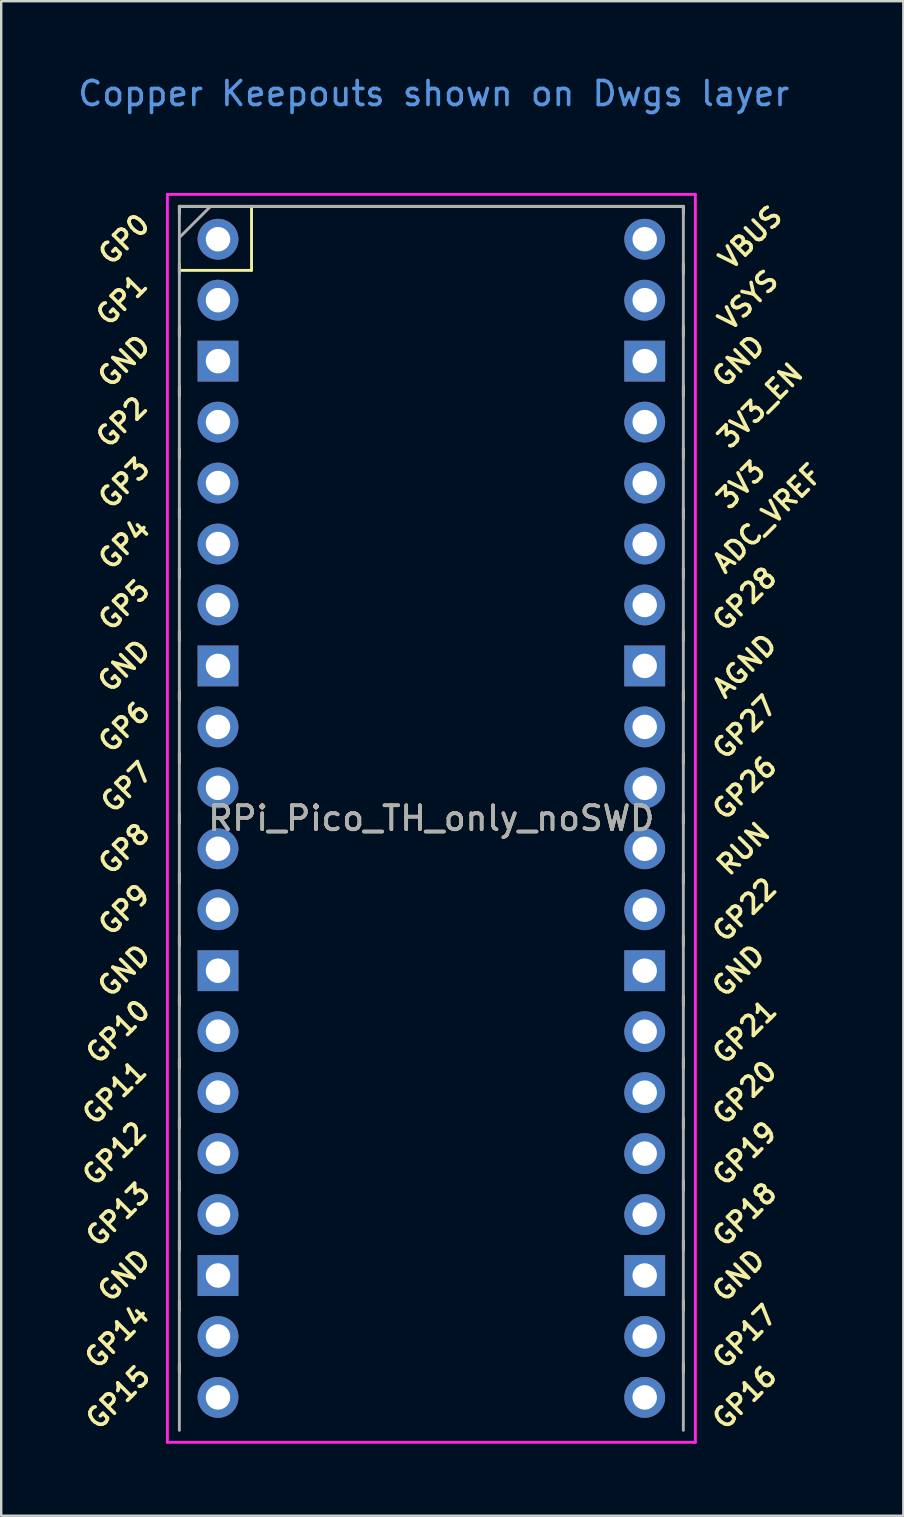
<source format=kicad_pcb>
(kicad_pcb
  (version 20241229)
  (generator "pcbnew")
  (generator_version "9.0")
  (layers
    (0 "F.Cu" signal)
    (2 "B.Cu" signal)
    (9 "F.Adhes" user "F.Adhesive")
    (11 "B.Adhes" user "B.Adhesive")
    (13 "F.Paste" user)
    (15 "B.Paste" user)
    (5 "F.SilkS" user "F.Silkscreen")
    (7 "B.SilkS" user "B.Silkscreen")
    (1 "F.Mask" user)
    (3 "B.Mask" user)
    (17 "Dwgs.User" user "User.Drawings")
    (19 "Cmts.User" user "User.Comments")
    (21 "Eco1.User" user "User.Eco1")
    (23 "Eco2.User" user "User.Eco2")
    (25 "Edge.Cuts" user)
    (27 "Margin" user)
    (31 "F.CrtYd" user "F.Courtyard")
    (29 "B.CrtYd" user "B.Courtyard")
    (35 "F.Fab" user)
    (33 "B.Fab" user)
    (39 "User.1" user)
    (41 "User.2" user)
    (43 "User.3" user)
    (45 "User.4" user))
  (footprint "RPi_Pico_TH_only_noSWD"
    (layer "F.Cu")
    (at 14.924 31.048)
    (property "Reference" "RPi_Pico_TH_only_noSWD" (at 0 0 0) (layer "F.SilkS") (effects (font (size 1 1) (thickness 0.15))))
    (attr through_hole)
    (fp_line (start -10.5 -25.5) (end -10.5 -25.2) (stroke (width 0.12) (type solid)) (layer "F.SilkS"))
    (fp_line (start -10.5 -25.5) (end 10.5 -25.5) (stroke (width 0.12) (type solid)) (layer "F.SilkS"))
    (fp_line (start -10.5 -23.1) (end -10.5 -22.7) (stroke (width 0.12) (type solid)) (layer "F.SilkS"))
    (fp_line (start -10.5 -22.833) (end -7.493 -22.833) (stroke (width 0.12) (type solid)) (layer "F.SilkS"))
    (fp_line (start -10.5 -20.5) (end -10.5 -20.1) (stroke (width 0.12) (type solid)) (layer "F.SilkS"))
    (fp_line (start -10.5 -18) (end -10.5 -17.6) (stroke (width 0.12) (type solid)) (layer "F.SilkS"))
    (fp_line (start -10.5 -15.4) (end -10.5 -15) (stroke (width 0.12) (type solid)) (layer "F.SilkS"))
    (fp_line (start -10.5 -12.9) (end -10.5 -12.5) (stroke (width 0.12) (type solid)) (layer "F.SilkS"))
    (fp_line (start -10.5 -10.4) (end -10.5 -10) (stroke (width 0.12) (type solid)) (layer "F.SilkS"))
    (fp_line (start -10.5 -7.8) (end -10.5 -7.4) (stroke (width 0.12) (type solid)) (layer "F.SilkS"))
    (fp_line (start -10.5 -5.3) (end -10.5 -4.9) (stroke (width 0.12) (type solid)) (layer "F.SilkS"))
    (fp_line (start -10.5 -2.7) (end -10.5 -2.3) (stroke (width 0.12) (type solid)) (layer "F.SilkS"))
    (fp_line (start -10.5 -0.2) (end -10.5 0.2) (stroke (width 0.12) (type solid)) (layer "F.SilkS"))
    (fp_line (start -10.5 2.3) (end -10.5 2.7) (stroke (width 0.12) (type solid)) (layer "F.SilkS"))
    (fp_line (start -10.5 4.9) (end -10.5 5.3) (stroke (width 0.12) (type solid)) (layer "F.SilkS"))
    (fp_line (start -10.5 7.4) (end -10.5 7.8) (stroke (width 0.12) (type solid)) (layer "F.SilkS"))
    (fp_line (start -10.5 10) (end -10.5 10.4) (stroke (width 0.12) (type solid)) (layer "F.SilkS"))
    (fp_line (start -10.5 12.5) (end -10.5 12.9) (stroke (width 0.12) (type solid)) (layer "F.SilkS"))
    (fp_line (start -10.5 15.1) (end -10.5 15.5) (stroke (width 0.12) (type solid)) (layer "F.SilkS"))
    (fp_line (start -10.5 17.6) (end -10.5 18) (stroke (width 0.12) (type solid)) (layer "F.SilkS"))
    (fp_line (start -10.5 20.1) (end -10.5 20.5) (stroke (width 0.12) (type solid)) (layer "F.SilkS"))
    (fp_line (start -10.5 22.7) (end -10.5 23.1) (stroke (width 0.12) (type solid)) (layer "F.SilkS"))
    (fp_line (start -7.493 -22.833) (end -7.493 -25.5) (stroke (width 0.12) (type solid)) (layer "F.SilkS"))
    (fp_line (start 10.5 -25.5) (end 10.5 -25.2) (stroke (width 0.12) (type solid)) (layer "F.SilkS"))
    (fp_line (start 10.5 -23.1) (end 10.5 -22.7) (stroke (width 0.12) (type solid)) (layer "F.SilkS"))
    (fp_line (start 10.5 -20.5) (end 10.5 -20.1) (stroke (width 0.12) (type solid)) (layer "F.SilkS"))
    (fp_line (start 10.5 -18) (end 10.5 -17.6) (stroke (width 0.12) (type solid)) (layer "F.SilkS"))
    (fp_line (start 10.5 -15.4) (end 10.5 -15) (stroke (width 0.12) (type solid)) (layer "F.SilkS"))
    (fp_line (start 10.5 -12.9) (end 10.5 -12.5) (stroke (width 0.12) (type solid)) (layer "F.SilkS"))
    (fp_line (start 10.5 -10.4) (end 10.5 -10) (stroke (width 0.12) (type solid)) (layer "F.SilkS"))
    (fp_line (start 10.5 -7.8) (end 10.5 -7.4) (stroke (width 0.12) (type solid)) (layer "F.SilkS"))
    (fp_line (start 10.5 -5.3) (end 10.5 -4.9) (stroke (width 0.12) (type solid)) (layer "F.SilkS"))
    (fp_line (start 10.5 -2.7) (end 10.5 -2.3) (stroke (width 0.12) (type solid)) (layer "F.SilkS"))
    (fp_line (start 10.5 -0.2) (end 10.5 0.2) (stroke (width 0.12) (type solid)) (layer "F.SilkS"))
    (fp_line (start 10.5 2.3) (end 10.5 2.7) (stroke (width 0.12) (type solid)) (layer "F.SilkS"))
    (fp_line (start 10.5 4.9) (end 10.5 5.3) (stroke (width 0.12) (type solid)) (layer "F.SilkS"))
    (fp_line (start 10.5 7.4) (end 10.5 7.8) (stroke (width 0.12) (type solid)) (layer "F.SilkS"))
    (fp_line (start 10.5 10) (end 10.5 10.4) (stroke (width 0.12) (type solid)) (layer "F.SilkS"))
    (fp_line (start 10.5 12.5) (end 10.5 12.9) (stroke (width 0.12) (type solid)) (layer "F.SilkS"))
    (fp_line (start 10.5 15.1) (end 10.5 15.5) (stroke (width 0.12) (type solid)) (layer "F.SilkS"))
    (fp_line (start 10.5 17.6) (end 10.5 18) (stroke (width 0.12) (type solid)) (layer "F.SilkS"))
    (fp_line (start 10.5 20.1) (end 10.5 20.5) (stroke (width 0.12) (type solid)) (layer "F.SilkS"))
    (fp_line (start 10.5 22.7) (end 10.5 23.1) (stroke (width 0.12) (type solid)) (layer "F.SilkS"))
    (fp_line (start -11 -26) (end 11 -26) (stroke (width 0.12) (type solid)) (layer "F.CrtYd"))
    (fp_line (start -11 26) (end -11 -26) (stroke (width 0.12) (type solid)) (layer "F.CrtYd"))
    (fp_line (start 11 -26) (end 11 26) (stroke (width 0.12) (type solid)) (layer "F.CrtYd"))
    (fp_line (start 11 26) (end -11 26) (stroke (width 0.12) (type solid)) (layer "F.CrtYd"))
    (fp_line (start -10.5 -25.5) (end 10.5 -25.5) (stroke (width 0.12) (type solid)) (layer "F.Fab"))
    (fp_line (start -10.5 -24.2) (end -9.2 -25.5) (stroke (width 0.12) (type solid)) (layer "F.Fab"))
    (fp_line (start -10.5 25.5) (end -10.5 -25.5) (stroke (width 0.12) (type solid)) (layer "F.Fab"))
    (fp_line (start 10.5 -25.5) (end 10.5 25.5) (stroke (width 0.12) (type solid)) (layer "F.Fab"))
    (fp_text user "VBUS" (at 13.3 -24.2 45) (layer "F.SilkS") (effects (font (size 0.8 0.8) (thickness 0.15))))
    (fp_text user "GND" (at 12.8 -19.05 45) (layer "F.SilkS") (effects (font (size 0.8 0.8) (thickness 0.15))))
    (fp_text user "GP13" (at -13.054 16.51 45) (layer "F.SilkS") (effects (font (size 0.8 0.8) (thickness 0.15))))
    (fp_text user "GP20" (at 13.054 11.43 45) (layer "F.SilkS") (effects (font (size 0.8 0.8) (thickness 0.15))))
    (fp_text user "GP28" (at 13.054 -9.144 45) (layer "F.SilkS") (effects (font (size 0.8 0.8) (thickness 0.15))))
    (fp_text user "GND" (at -12.8 -19.05 45) (layer "F.SilkS") (effects (font (size 0.8 0.8) (thickness 0.15))))
    (fp_text user "GP3" (at -12.8 -13.97 45) (layer "F.SilkS") (effects (font (size 0.8 0.8) (thickness 0.15))))
    (fp_text user "GP12" (at -13.2 13.97 45) (layer "F.SilkS") (effects (font (size 0.8 0.8) (thickness 0.15))))
    (fp_text user "GP17" (at 13.054 21.59 45) (layer "F.SilkS") (effects (font (size 0.8 0.8) (thickness 0.15))))
    (fp_text user "GP11" (at -13.2 11.43 45) (layer "F.SilkS") (effects (font (size 0.8 0.8) (thickness 0.15))))
    (fp_text user "GP27" (at 13.054 -3.8 45) (layer "F.SilkS") (effects (font (size 0.8 0.8) (thickness 0.15))))
    (fp_text user "GP18" (at 13.054 16.51 45) (layer "F.SilkS") (effects (font (size 0.8 0.8) (thickness 0.15))))
    (fp_text user "RUN" (at 13 1.27 45) (layer "F.SilkS") (effects (font (size 0.8 0.8) (thickness 0.15))))
    (fp_text user "GP2" (at -12.9 -16.51 45) (layer "F.SilkS") (effects (font (size 0.8 0.8) (thickness 0.15))))
    (fp_text user "GP14" (at -13.1 21.59 45) (layer "F.SilkS") (effects (font (size 0.8 0.8) (thickness 0.15))))
    (fp_text user "3V3_EN" (at 13.7 -17.2 45) (layer "F.SilkS") (effects (font (size 0.8 0.8) (thickness 0.15))))
    (fp_text user "GP22" (at 13.054 3.81 45) (layer "F.SilkS") (effects (font (size 0.8 0.8) (thickness 0.15))))
    (fp_text user "GP19" (at 13.054 13.97 45) (layer "F.SilkS") (effects (font (size 0.8 0.8) (thickness 0.15))))
    (fp_text user "GP9" (at -12.8 3.81 45) (layer "F.SilkS") (effects (font (size 0.8 0.8) (thickness 0.15))))
    (fp_text user "AGND" (at 13.054 -6.35 45) (layer "F.SilkS") (effects (font (size 0.8 0.8) (thickness 0.15))))
    (fp_text user "GP16" (at 13.054 24.13 45) (layer "F.SilkS") (effects (font (size 0.8 0.8) (thickness 0.15))))
    (fp_text user "GP0" (at -12.8 -24.13 45) (layer "F.SilkS") (effects (font (size 0.8 0.8) (thickness 0.15))))
    (fp_text user "GP7" (at -12.7 -1.3 45) (layer "F.SilkS") (effects (font (size 0.8 0.8) (thickness 0.15))))
    (fp_text user "GP5" (at -12.8 -8.89 45) (layer "F.SilkS") (effects (font (size 0.8 0.8) (thickness 0.15))))
    (fp_text user "ADC_VREF" (at 14 -12.5 45) (layer "F.SilkS") (effects (font (size 0.8 0.8) (thickness 0.15))))
    (fp_text user "GND" (at 12.8 6.35 45) (layer "F.SilkS") (effects (font (size 0.8 0.8) (thickness 0.15))))
    (fp_text user "GND" (at -12.8 -6.35 45) (layer "F.SilkS") (effects (font (size 0.8 0.8) (thickness 0.15))))
    (fp_text user "GP6" (at -12.8 -3.81 45) (layer "F.SilkS") (effects (font (size 0.8 0.8) (thickness 0.15))))
    (fp_text user "GND" (at -12.8 19.05 45) (layer "F.SilkS") (effects (font (size 0.8 0.8) (thickness 0.15))))
    (fp_text user "GP10" (at -13.054 8.89 45) (layer "F.SilkS") (effects (font (size 0.8 0.8) (thickness 0.15))))
    (fp_text user "GP8" (at -12.8 1.27 45) (layer "F.SilkS") (effects (font (size 0.8 0.8) (thickness 0.15))))
    (fp_text user "GP26" (at 13.054 -1.27 45) (layer "F.SilkS") (effects (font (size 0.8 0.8) (thickness 0.15))))
    (fp_text user "GP4" (at -12.8 -11.43 45) (layer "F.SilkS") (effects (font (size 0.8 0.8) (thickness 0.15))))
    (fp_text user "GND" (at 12.8 19.05 45) (layer "F.SilkS") (effects (font (size 0.8 0.8) (thickness 0.15))))
    (fp_text user "GP15" (at -13.054 24.13 45) (layer "F.SilkS") (effects (font (size 0.8 0.8) (thickness 0.15))))
    (fp_text user "GP1" (at -12.9 -21.6 45) (layer "F.SilkS") (effects (font (size 0.8 0.8) (thickness 0.15))))
    (fp_text user "GND" (at -12.8 6.35 45) (layer "F.SilkS") (effects (font (size 0.8 0.8) (thickness 0.15))))
    (fp_text user "GP21" (at 13.054 8.9 45) (layer "F.SilkS") (effects (font (size 0.8 0.8) (thickness 0.15))))
    (fp_text user "3V3" (at 12.9 -13.9 45) (layer "F.SilkS") (effects (font (size 0.8 0.8) (thickness 0.15))))
    (fp_text user "VSYS" (at 13.2 -21.59 45) (layer "F.SilkS") (effects (font (size 0.8 0.8) (thickness 0.15))))
    (fp_text user "Copper Keepouts shown on Dwgs layer" (at 0.1 -30.2 0) (layer "Cmts.User") (effects (font (size 1 1) (thickness 0.15))))
    (fp_text user "${REFERENCE}" (at 0 0 180) (layer "F.Fab") (effects (font (size 1 1) (thickness 0.15))))
    (pad "1" thru_hole oval (at -8.89 -24.13) (size 1.7 1.7) (drill 1.02) (layers "*.Cu" "*.Mask"))
    (pad "2" thru_hole oval (at -8.89 -21.59) (size 1.7 1.7) (drill 1.02) (layers "*.Cu" "*.Mask"))
    (pad "3" thru_hole rect (at -8.89 -19.05) (size 1.7 1.7) (drill 1.02) (layers "*.Cu" "*.Mask"))
    (pad "4" thru_hole oval (at -8.89 -16.51) (size 1.7 1.7) (drill 1.02) (layers "*.Cu" "*.Mask"))
    (pad "5" thru_hole oval (at -8.89 -13.97) (size 1.7 1.7) (drill 1.02) (layers "*.Cu" "*.Mask"))
    (pad "6" thru_hole oval (at -8.89 -11.43) (size 1.7 1.7) (drill 1.02) (layers "*.Cu" "*.Mask"))
    (pad "7" thru_hole oval (at -8.89 -8.89) (size 1.7 1.7) (drill 1.02) (layers "*.Cu" "*.Mask"))
    (pad "8" thru_hole rect (at -8.89 -6.35) (size 1.7 1.7) (drill 1.02) (layers "*.Cu" "*.Mask"))
    (pad "9" thru_hole oval (at -8.89 -3.81) (size 1.7 1.7) (drill 1.02) (layers "*.Cu" "*.Mask"))
    (pad "10" thru_hole oval (at -8.89 -1.27) (size 1.7 1.7) (drill 1.02) (layers "*.Cu" "*.Mask"))
    (pad "11" thru_hole oval (at -8.89 1.27) (size 1.7 1.7) (drill 1.02) (layers "*.Cu" "*.Mask"))
    (pad "12" thru_hole oval (at -8.89 3.81) (size 1.7 1.7) (drill 1.02) (layers "*.Cu" "*.Mask"))
    (pad "13" thru_hole rect (at -8.89 6.35) (size 1.7 1.7) (drill 1.02) (layers "*.Cu" "*.Mask"))
    (pad "14" thru_hole oval (at -8.89 8.89) (size 1.7 1.7) (drill 1.02) (layers "*.Cu" "*.Mask"))
    (pad "15" thru_hole oval (at -8.89 11.43) (size 1.7 1.7) (drill 1.02) (layers "*.Cu" "*.Mask"))
    (pad "16" thru_hole oval (at -8.89 13.97) (size 1.7 1.7) (drill 1.02) (layers "*.Cu" "*.Mask"))
    (pad "17" thru_hole oval (at -8.89 16.51) (size 1.7 1.7) (drill 1.02) (layers "*.Cu" "*.Mask"))
    (pad "18" thru_hole rect (at -8.89 19.05) (size 1.7 1.7) (drill 1.02) (layers "*.Cu" "*.Mask"))
    (pad "19" thru_hole oval (at -8.89 21.59) (size 1.7 1.7) (drill 1.02) (layers "*.Cu" "*.Mask"))
    (pad "20" thru_hole oval (at -8.89 24.13) (size 1.7 1.7) (drill 1.02) (layers "*.Cu" "*.Mask"))
    (pad "21" thru_hole oval (at 8.89 24.13) (size 1.7 1.7) (drill 1.02) (layers "*.Cu" "*.Mask"))
    (pad "22" thru_hole oval (at 8.89 21.59) (size 1.7 1.7) (drill 1.02) (layers "*.Cu" "*.Mask"))
    (pad "23" thru_hole rect (at 8.89 19.05) (size 1.7 1.7) (drill 1.02) (layers "*.Cu" "*.Mask"))
    (pad "24" thru_hole oval (at 8.89 16.51) (size 1.7 1.7) (drill 1.02) (layers "*.Cu" "*.Mask"))
    (pad "25" thru_hole oval (at 8.89 13.97) (size 1.7 1.7) (drill 1.02) (layers "*.Cu" "*.Mask"))
    (pad "26" thru_hole oval (at 8.89 11.43) (size 1.7 1.7) (drill 1.02) (layers "*.Cu" "*.Mask"))
    (pad "27" thru_hole oval (at 8.89 8.89) (size 1.7 1.7) (drill 1.02) (layers "*.Cu" "*.Mask"))
    (pad "28" thru_hole rect (at 8.89 6.35) (size 1.7 1.7) (drill 1.02) (layers "*.Cu" "*.Mask"))
    (pad "29" thru_hole oval (at 8.89 3.81) (size 1.7 1.7) (drill 1.02) (layers "*.Cu" "*.Mask"))
    (pad "30" thru_hole oval (at 8.89 1.27) (size 1.7 1.7) (drill 1.02) (layers "*.Cu" "*.Mask"))
    (pad "31" thru_hole oval (at 8.89 -1.27) (size 1.7 1.7) (drill 1.02) (layers "*.Cu" "*.Mask"))
    (pad "32" thru_hole oval (at 8.89 -3.81) (size 1.7 1.7) (drill 1.02) (layers "*.Cu" "*.Mask"))
    (pad "33" thru_hole rect (at 8.89 -6.35) (size 1.7 1.7) (drill 1.02) (layers "*.Cu" "*.Mask"))
    (pad "34" thru_hole oval (at 8.89 -8.89) (size 1.7 1.7) (drill 1.02) (layers "*.Cu" "*.Mask"))
    (pad "35" thru_hole oval (at 8.89 -11.43) (size 1.7 1.7) (drill 1.02) (layers "*.Cu" "*.Mask"))
    (pad "36" thru_hole oval (at 8.89 -13.97) (size 1.7 1.7) (drill 1.02) (layers "*.Cu" "*.Mask"))
    (pad "37" thru_hole oval (at 8.89 -16.51) (size 1.7 1.7) (drill 1.02) (layers "*.Cu" "*.Mask"))
    (pad "38" thru_hole rect (at 8.89 -19.05) (size 1.7 1.7) (drill 1.02) (layers "*.Cu" "*.Mask"))
    (pad "39" thru_hole oval (at 8.89 -21.59) (size 1.7 1.7) (drill 1.02) (layers "*.Cu" "*.Mask"))
    (pad "40" thru_hole oval (at 8.89 -24.13) (size 1.7 1.7) (drill 1.02) (layers "*.Cu" "*.Mask")))
  (gr_rect
    (start -3 -3)
    (end 34.591 60.108)
    (stroke (width 0.1) (type default))
    (fill no)
    (layer "Edge.Cuts")))
</source>
